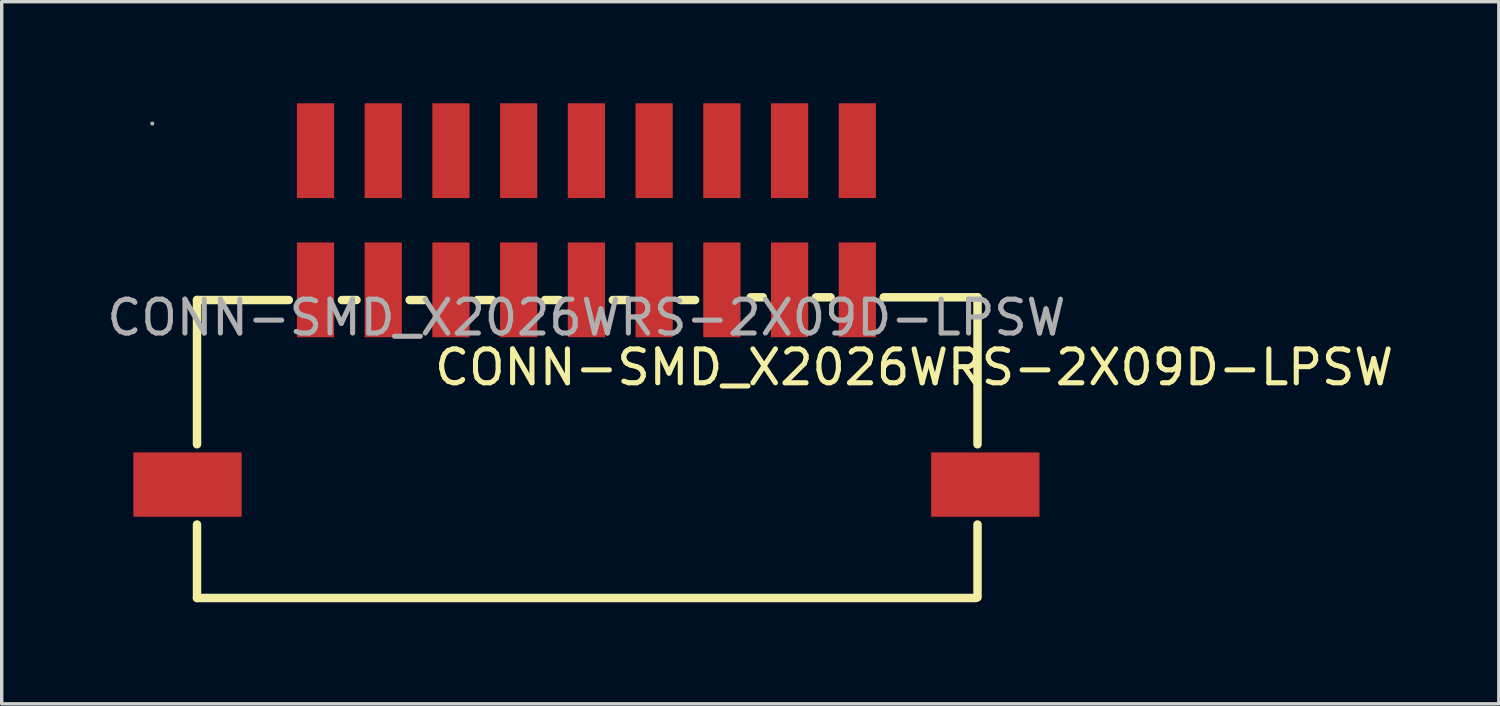
<source format=kicad_pcb>
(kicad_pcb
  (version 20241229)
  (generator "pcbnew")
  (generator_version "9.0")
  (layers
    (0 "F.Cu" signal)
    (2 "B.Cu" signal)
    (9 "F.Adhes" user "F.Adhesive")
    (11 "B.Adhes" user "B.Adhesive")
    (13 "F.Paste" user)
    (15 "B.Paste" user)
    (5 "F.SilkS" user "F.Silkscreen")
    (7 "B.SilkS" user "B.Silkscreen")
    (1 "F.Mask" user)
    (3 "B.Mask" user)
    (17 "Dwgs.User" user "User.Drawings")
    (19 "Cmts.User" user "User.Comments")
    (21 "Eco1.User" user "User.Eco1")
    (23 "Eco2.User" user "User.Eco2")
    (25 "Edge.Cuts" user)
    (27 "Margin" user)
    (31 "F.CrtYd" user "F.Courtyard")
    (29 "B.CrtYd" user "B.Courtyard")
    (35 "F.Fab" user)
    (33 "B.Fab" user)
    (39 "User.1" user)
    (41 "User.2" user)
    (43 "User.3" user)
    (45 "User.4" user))
  (footprint "CONN-SMD_X2026WRS-2X09D-LPSW"
    (layer "F.Cu")
    (at 14.268 6.33)
    (property "Reference" "CONN-SMD_X2026WRS-2X09D-LPSW" (at 9.677 1.469 0) (layer "F.SilkS") (effects (font (size 1 1) (thickness 0.15))))
    (attr smd)
    (fp_line (start -11.5 -0.52) (end -8.79 -0.52) (stroke (width 0.25) (type solid)) (layer "F.SilkS"))
    (fp_line (start -11.5 3.74) (end -11.5 -0.52) (stroke (width 0.25) (type solid)) (layer "F.SilkS"))
    (fp_line (start -11.5 8.28) (end -11.5 6.11) (stroke (width 0.25) (type solid)) (layer "F.SilkS"))
    (fp_line (start -11.5 8.28) (end 11.5 8.28) (stroke (width 0.25) (type solid)) (layer "F.SilkS"))
    (fp_line (start -7.22 -0.52) (end -6.79 -0.52) (stroke (width 0.25) (type solid)) (layer "F.SilkS"))
    (fp_line (start -5.22 -0.52) (end -4.79 -0.52) (stroke (width 0.25) (type solid)) (layer "F.SilkS"))
    (fp_line (start -3.22 -0.52) (end -2.79 -0.52) (stroke (width 0.25) (type solid)) (layer "F.SilkS"))
    (fp_line (start -1.22 -0.52) (end -0.79 -0.52) (stroke (width 0.25) (type solid)) (layer "F.SilkS"))
    (fp_line (start 0.78 -0.52) (end 1.21 -0.52) (stroke (width 0.25) (type solid)) (layer "F.SilkS"))
    (fp_line (start 2.78 -0.52) (end 3.21 -0.52) (stroke (width 0.25) (type solid)) (layer "F.SilkS"))
    (fp_line (start 5.21 -0.6) (end 4.85 -0.6) (stroke (width 0.25) (type solid)) (layer "F.SilkS"))
    (fp_line (start 7.21 -0.6) (end 6.78 -0.6) (stroke (width 0.25) (type solid)) (layer "F.SilkS"))
    (fp_line (start 8.78 -0.6) (end 11.55 -0.6) (stroke (width 0.25) (type solid)) (layer "F.SilkS"))
    (fp_line (start 11.55 -0.6) (end 11.55 3.74) (stroke (width 0.25) (type solid)) (layer "F.SilkS"))
    (fp_line (start 11.55 6.11) (end 11.55 8.26) (stroke (width 0.25) (type solid)) (layer "F.SilkS"))
    (fp_circle (center -12.82 -5.73) (end -12.79 -5.73) (stroke (width 0.06) (type solid)) (fill no) (layer "F.Fab"))
    (fp_text user "${REFERENCE}" (at 0 0 0) (layer "F.Fab") (effects (font (size 1 1) (thickness 0.15))))
    (pad "1" smd rect (at -8 -0.82) (size 1.1 2.8) (layers "F.Cu" "F.Mask" "F.Paste"))
    (pad "2" smd rect (at -8 -4.93) (size 1.1 2.8) (layers "F.Cu" "F.Mask" "F.Paste"))
    (pad "3" smd rect (at -6 -0.82) (size 1.1 2.8) (layers "F.Cu" "F.Mask" "F.Paste"))
    (pad "4" smd rect (at -6 -4.93) (size 1.1 2.8) (layers "F.Cu" "F.Mask" "F.Paste"))
    (pad "5" smd rect (at -4 -0.82) (size 1.1 2.8) (layers "F.Cu" "F.Mask" "F.Paste"))
    (pad "6" smd rect (at -4 -4.93) (size 1.1 2.8) (layers "F.Cu" "F.Mask" "F.Paste"))
    (pad "7" smd rect (at -2 -0.82) (size 1.1 2.8) (layers "F.Cu" "F.Mask" "F.Paste"))
    (pad "8" smd rect (at -2 -4.93) (size 1.1 2.8) (layers "F.Cu" "F.Mask" "F.Paste"))
    (pad "9" smd rect (at 0 -0.82) (size 1.1 2.8) (layers "F.Cu" "F.Mask" "F.Paste"))
    (pad "10" smd rect (at 0 -4.93) (size 1.1 2.8) (layers "F.Cu" "F.Mask" "F.Paste"))
    (pad "11" smd rect (at 2 -0.82) (size 1.1 2.8) (layers "F.Cu" "F.Mask" "F.Paste"))
    (pad "12" smd rect (at 2 -4.93) (size 1.1 2.8) (layers "F.Cu" "F.Mask" "F.Paste"))
    (pad "13" smd rect (at 4 -0.82) (size 1.1 2.8) (layers "F.Cu" "F.Mask" "F.Paste"))
    (pad "14" smd rect (at 4 -4.93) (size 1.1 2.8) (layers "F.Cu" "F.Mask" "F.Paste"))
    (pad "15" smd rect (at 6 -0.82) (size 1.1 2.8) (layers "F.Cu" "F.Mask" "F.Paste"))
    (pad "16" smd rect (at 6 -4.93) (size 1.1 2.8) (layers "F.Cu" "F.Mask" "F.Paste"))
    (pad "17" smd rect (at 8 -0.82) (size 1.1 2.8) (layers "F.Cu" "F.Mask" "F.Paste"))
    (pad "18" smd rect (at 8 -4.93) (size 1.1 2.8) (layers "F.Cu" "F.Mask" "F.Paste"))
    (pad "19" smd rect (at 11.78 4.93 180) (size 3.2 1.9) (layers "F.Cu" "F.Mask" "F.Paste"))
    (pad "20" smd rect (at -11.78 4.93 180) (size 3.2 1.9) (layers "F.Cu" "F.Mask" "F.Paste")))
  (gr_rect
    (start -3 -3)
    (end 41.213 17.735)
    (stroke (width 0.1) (type default))
    (fill no)
    (layer "Edge.Cuts")))
</source>
